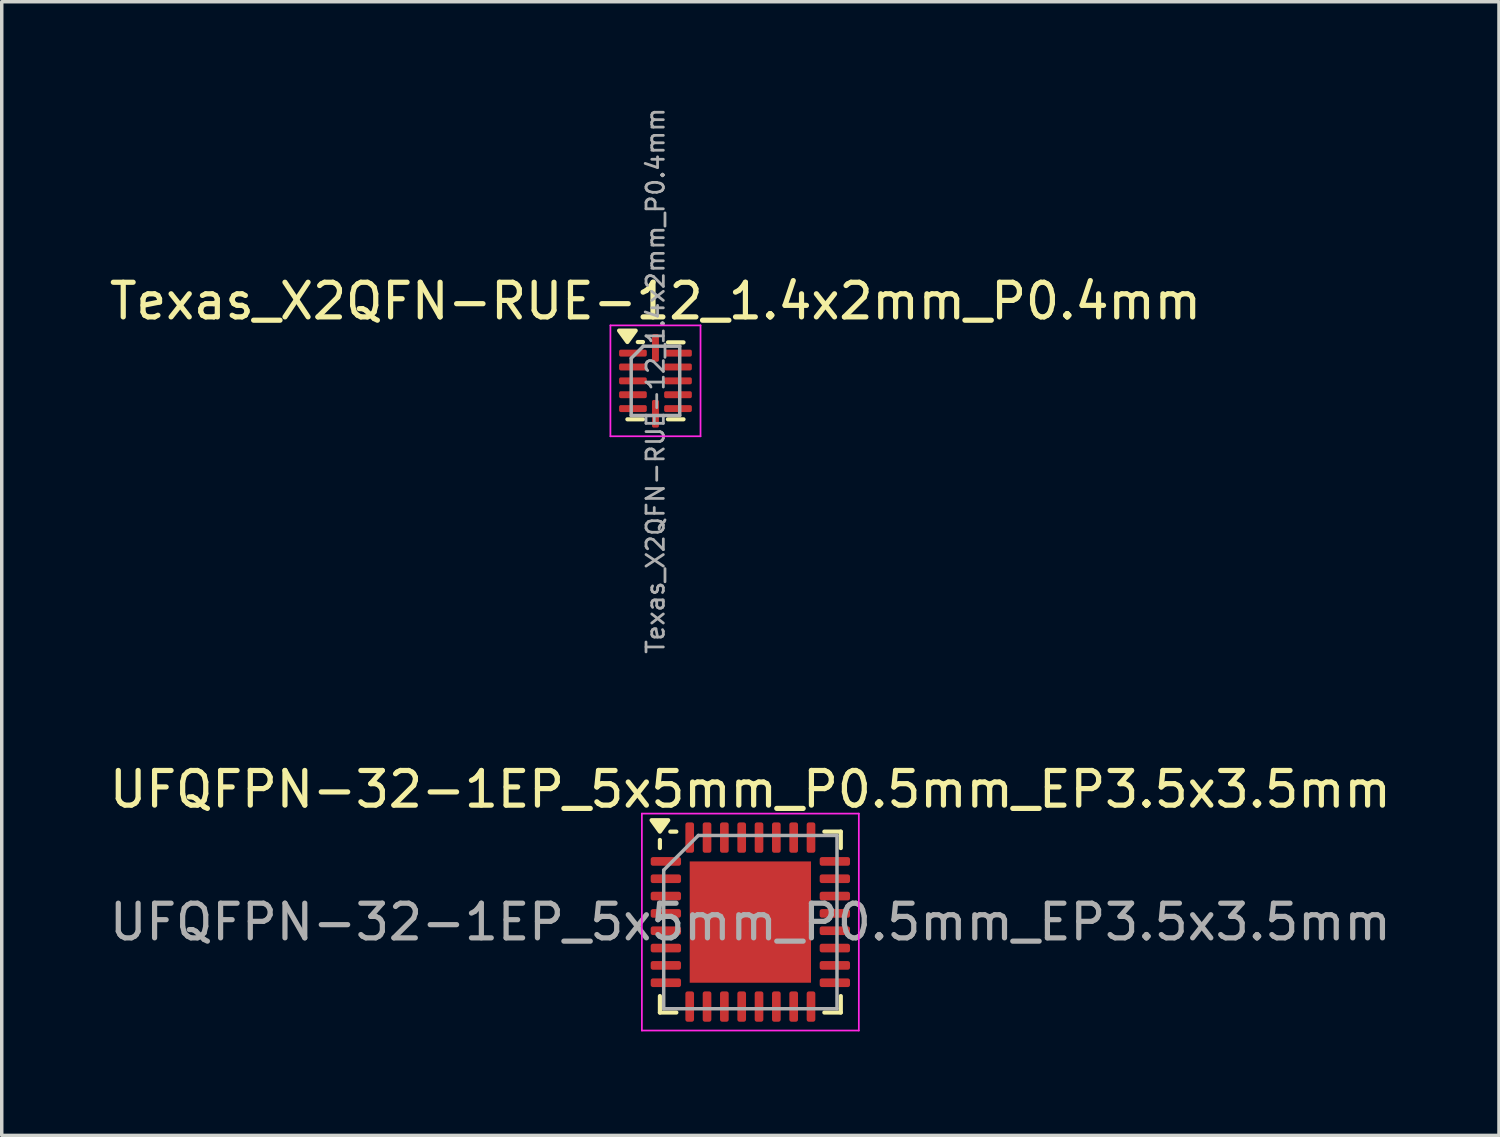
<source format=kicad_pcb>
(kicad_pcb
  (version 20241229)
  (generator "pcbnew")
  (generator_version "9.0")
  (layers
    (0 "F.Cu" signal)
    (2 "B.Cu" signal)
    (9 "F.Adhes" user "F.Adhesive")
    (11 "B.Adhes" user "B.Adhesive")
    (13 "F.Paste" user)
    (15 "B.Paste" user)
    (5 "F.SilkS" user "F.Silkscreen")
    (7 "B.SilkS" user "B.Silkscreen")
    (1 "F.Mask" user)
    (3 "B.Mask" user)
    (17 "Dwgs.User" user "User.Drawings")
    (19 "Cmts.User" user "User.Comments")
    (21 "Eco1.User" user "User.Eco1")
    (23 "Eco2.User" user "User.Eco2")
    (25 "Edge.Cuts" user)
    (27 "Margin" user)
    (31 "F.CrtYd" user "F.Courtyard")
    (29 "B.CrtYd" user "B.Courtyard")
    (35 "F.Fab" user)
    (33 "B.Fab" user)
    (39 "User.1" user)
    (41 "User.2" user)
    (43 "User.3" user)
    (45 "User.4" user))
  (footprint "UFQFPN-32-1EP_5x5mm_P0.5mm_EP3.5x3.5mm"
    (layer "F.Cu")
    (at 18.601 23.556)
    (property "Reference" "UFQFPN-32-1EP_5x5mm_P0.5mm_EP3.5x3.5mm" (at 0 -3.83 0) (layer "F.SilkS") (effects (font (size 1 1) (thickness 0.15))))
    (attr smd)
    (fp_line (start -2.61 -2.135) (end -2.61 -2.37) (stroke (width 0.12) (type solid)) (layer "F.SilkS"))
    (fp_line (start -2.61 2.61) (end -2.61 2.135) (stroke (width 0.12) (type solid)) (layer "F.SilkS"))
    (fp_line (start -2.135 -2.61) (end -2.31 -2.61) (stroke (width 0.12) (type solid)) (layer "F.SilkS"))
    (fp_line (start -2.135 2.61) (end -2.61 2.61) (stroke (width 0.12) (type solid)) (layer "F.SilkS"))
    (fp_line (start 2.135 -2.61) (end 2.61 -2.61) (stroke (width 0.12) (type solid)) (layer "F.SilkS"))
    (fp_line (start 2.135 2.61) (end 2.61 2.61) (stroke (width 0.12) (type solid)) (layer "F.SilkS"))
    (fp_line (start 2.61 -2.61) (end 2.61 -2.135) (stroke (width 0.12) (type solid)) (layer "F.SilkS"))
    (fp_line (start 2.61 2.61) (end 2.61 2.135) (stroke (width 0.12) (type solid)) (layer "F.SilkS"))
    (fp_poly (pts (xy -2.61 -2.61) (xy -2.85 -2.94) (xy -2.37 -2.94) (xy -2.61 -2.61)) (stroke (width 0.12) (type solid)) (fill yes) (layer "F.SilkS"))
    (fp_line (start -3.13 -3.13) (end -3.13 3.13) (stroke (width 0.05) (type solid)) (layer "F.CrtYd"))
    (fp_line (start -3.13 3.13) (end 3.13 3.13) (stroke (width 0.05) (type solid)) (layer "F.CrtYd"))
    (fp_line (start 3.13 -3.13) (end -3.13 -3.13) (stroke (width 0.05) (type solid)) (layer "F.CrtYd"))
    (fp_line (start 3.13 3.13) (end 3.13 -3.13) (stroke (width 0.05) (type solid)) (layer "F.CrtYd"))
    (fp_line (start -2.5 -1.5) (end -1.5 -2.5) (stroke (width 0.1) (type solid)) (layer "F.Fab"))
    (fp_line (start -2.5 2.5) (end -2.5 -1.5) (stroke (width 0.1) (type solid)) (layer "F.Fab"))
    (fp_line (start -1.5 -2.5) (end 2.5 -2.5) (stroke (width 0.1) (type solid)) (layer "F.Fab"))
    (fp_line (start 2.5 -2.5) (end 2.5 2.5) (stroke (width 0.1) (type solid)) (layer "F.Fab"))
    (fp_line (start 2.5 2.5) (end -2.5 2.5) (stroke (width 0.1) (type solid)) (layer "F.Fab"))
    (fp_text user "${REFERENCE}" (at 0 0 0) (layer "F.Fab") (effects (font (size 1 1) (thickness 0.15))))
    (pad "" smd roundrect (at -0.875 -0.875) (size 1.41 1.41) (layers "F.Paste") (roundrect_rratio 0.177))
    (pad "" smd roundrect (at -0.875 0.875) (size 1.41 1.41) (layers "F.Paste") (roundrect_rratio 0.177))
    (pad "" smd roundrect (at 0.875 -0.875) (size 1.41 1.41) (layers "F.Paste") (roundrect_rratio 0.177))
    (pad "" smd roundrect (at 0.875 0.875) (size 1.41 1.41) (layers "F.Paste") (roundrect_rratio 0.177))
    (pad "1" smd roundrect (at -2.438 -1.75) (size 0.875 0.25) (layers "F.Cu" "F.Mask" "F.Paste") (roundrect_rratio 0.25))
    (pad "2" smd roundrect (at -2.438 -1.25) (size 0.875 0.25) (layers "F.Cu" "F.Mask" "F.Paste") (roundrect_rratio 0.25))
    (pad "3" smd roundrect (at -2.438 -0.75) (size 0.875 0.25) (layers "F.Cu" "F.Mask" "F.Paste") (roundrect_rratio 0.25))
    (pad "4" smd roundrect (at -2.438 -0.25) (size 0.875 0.25) (layers "F.Cu" "F.Mask" "F.Paste") (roundrect_rratio 0.25))
    (pad "5" smd roundrect (at -2.438 0.25) (size 0.875 0.25) (layers "F.Cu" "F.Mask" "F.Paste") (roundrect_rratio 0.25))
    (pad "6" smd roundrect (at -2.438 0.75) (size 0.875 0.25) (layers "F.Cu" "F.Mask" "F.Paste") (roundrect_rratio 0.25))
    (pad "7" smd roundrect (at -2.438 1.25) (size 0.875 0.25) (layers "F.Cu" "F.Mask" "F.Paste") (roundrect_rratio 0.25))
    (pad "8" smd roundrect (at -2.438 1.75) (size 0.875 0.25) (layers "F.Cu" "F.Mask" "F.Paste") (roundrect_rratio 0.25))
    (pad "9" smd roundrect (at -1.75 2.438) (size 0.25 0.875) (layers "F.Cu" "F.Mask" "F.Paste") (roundrect_rratio 0.25))
    (pad "10" smd roundrect (at -1.25 2.438) (size 0.25 0.875) (layers "F.Cu" "F.Mask" "F.Paste") (roundrect_rratio 0.25))
    (pad "11" smd roundrect (at -0.75 2.438) (size 0.25 0.875) (layers "F.Cu" "F.Mask" "F.Paste") (roundrect_rratio 0.25))
    (pad "12" smd roundrect (at -0.25 2.438) (size 0.25 0.875) (layers "F.Cu" "F.Mask" "F.Paste") (roundrect_rratio 0.25))
    (pad "13" smd roundrect (at 0.25 2.438) (size 0.25 0.875) (layers "F.Cu" "F.Mask" "F.Paste") (roundrect_rratio 0.25))
    (pad "14" smd roundrect (at 0.75 2.438) (size 0.25 0.875) (layers "F.Cu" "F.Mask" "F.Paste") (roundrect_rratio 0.25))
    (pad "15" smd roundrect (at 1.25 2.438) (size 0.25 0.875) (layers "F.Cu" "F.Mask" "F.Paste") (roundrect_rratio 0.25))
    (pad "16" smd roundrect (at 1.75 2.438) (size 0.25 0.875) (layers "F.Cu" "F.Mask" "F.Paste") (roundrect_rratio 0.25))
    (pad "17" smd roundrect (at 2.438 1.75) (size 0.875 0.25) (layers "F.Cu" "F.Mask" "F.Paste") (roundrect_rratio 0.25))
    (pad "18" smd roundrect (at 2.438 1.25) (size 0.875 0.25) (layers "F.Cu" "F.Mask" "F.Paste") (roundrect_rratio 0.25))
    (pad "19" smd roundrect (at 2.438 0.75) (size 0.875 0.25) (layers "F.Cu" "F.Mask" "F.Paste") (roundrect_rratio 0.25))
    (pad "20" smd roundrect (at 2.438 0.25) (size 0.875 0.25) (layers "F.Cu" "F.Mask" "F.Paste") (roundrect_rratio 0.25))
    (pad "21" smd roundrect (at 2.438 -0.25) (size 0.875 0.25) (layers "F.Cu" "F.Mask" "F.Paste") (roundrect_rratio 0.25))
    (pad "22" smd roundrect (at 2.438 -0.75) (size 0.875 0.25) (layers "F.Cu" "F.Mask" "F.Paste") (roundrect_rratio 0.25))
    (pad "23" smd roundrect (at 2.438 -1.25) (size 0.875 0.25) (layers "F.Cu" "F.Mask" "F.Paste") (roundrect_rratio 0.25))
    (pad "24" smd roundrect (at 2.438 -1.75) (size 0.875 0.25) (layers "F.Cu" "F.Mask" "F.Paste") (roundrect_rratio 0.25))
    (pad "25" smd roundrect (at 1.75 -2.438) (size 0.25 0.875) (layers "F.Cu" "F.Mask" "F.Paste") (roundrect_rratio 0.25))
    (pad "26" smd roundrect (at 1.25 -2.438) (size 0.25 0.875) (layers "F.Cu" "F.Mask" "F.Paste") (roundrect_rratio 0.25))
    (pad "27" smd roundrect (at 0.75 -2.438) (size 0.25 0.875) (layers "F.Cu" "F.Mask" "F.Paste") (roundrect_rratio 0.25))
    (pad "28" smd roundrect (at 0.25 -2.438) (size 0.25 0.875) (layers "F.Cu" "F.Mask" "F.Paste") (roundrect_rratio 0.25))
    (pad "29" smd roundrect (at -0.25 -2.438) (size 0.25 0.875) (layers "F.Cu" "F.Mask" "F.Paste") (roundrect_rratio 0.25))
    (pad "30" smd roundrect (at -0.75 -2.438) (size 0.25 0.875) (layers "F.Cu" "F.Mask" "F.Paste") (roundrect_rratio 0.25))
    (pad "31" smd roundrect (at -1.25 -2.438) (size 0.25 0.875) (layers "F.Cu" "F.Mask" "F.Paste") (roundrect_rratio 0.25))
    (pad "32" smd roundrect (at -1.75 -2.438) (size 0.25 0.875) (layers "F.Cu" "F.Mask" "F.Paste") (roundrect_rratio 0.25))
    (pad "33" smd rect (at 0 0) (size 3.5 3.5) (property pad_prop_heatsink) (layers "F.Cu" "F.Mask")))
  (footprint "Texas_X2QFN-RUE-12_1.4x2mm_P0.4mm"
    (layer "F.Cu")
    (at 15.863 7.939)
    (property "Reference" "Texas_X2QFN-RUE-12_1.4x2mm_P0.4mm" (at 0 -2.3 0) (layer "F.SilkS") (effects (font (size 1 1) (thickness 0.15))))
    (attr smd)
    (fp_line (start -0.36 -1.12) (end -0.51 -1.12) (stroke (width 0.12) (type solid)) (layer "F.SilkS"))
    (fp_line (start -0.36 1.11) (end -0.81 1.11) (stroke (width 0.12) (type solid)) (layer "F.SilkS"))
    (fp_line (start 0.36 -1.11) (end 0.81 -1.11) (stroke (width 0.12) (type solid)) (layer "F.SilkS"))
    (fp_line (start 0.36 1.11) (end 0.81 1.11) (stroke (width 0.12) (type solid)) (layer "F.SilkS"))
    (fp_poly (pts (xy -0.81 -1.12) (xy -1.05 -1.45) (xy -0.57 -1.45) (xy -0.81 -1.12)) (stroke (width 0.12) (type solid)) (fill yes) (layer "F.SilkS"))
    (fp_line (start -1.3 -1.6) (end -1.3 1.6) (stroke (width 0.05) (type solid)) (layer "F.CrtYd"))
    (fp_line (start -1.3 1.6) (end 1.3 1.6) (stroke (width 0.05) (type solid)) (layer "F.CrtYd"))
    (fp_line (start 1.3 -1.6) (end -1.3 -1.6) (stroke (width 0.05) (type solid)) (layer "F.CrtYd"))
    (fp_line (start 1.3 1.6) (end 1.3 -1.6) (stroke (width 0.05) (type solid)) (layer "F.CrtYd"))
    (fp_line (start -0.7 -0.65) (end -0.35 -1) (stroke (width 0.1) (type solid)) (layer "F.Fab"))
    (fp_line (start -0.7 1) (end -0.7 -0.65) (stroke (width 0.1) (type solid)) (layer "F.Fab"))
    (fp_line (start -0.35 -1) (end 0.7 -1) (stroke (width 0.1) (type solid)) (layer "F.Fab"))
    (fp_line (start 0.7 -1) (end 0.7 1) (stroke (width 0.1) (type solid)) (layer "F.Fab"))
    (fp_line (start 0.7 1) (end -0.7 1) (stroke (width 0.1) (type solid)) (layer "F.Fab"))
    (fp_text user "${REFERENCE}" (at 0 0 90) (layer "F.Fab") (effects (font (size 0.5 0.5) (thickness 0.08))))
    (pad "1" smd roundrect (at -0.65 -0.8) (size 0.8 0.2) (layers "F.Cu" "F.Mask" "F.Paste") (roundrect_rratio 0.25))
    (pad "2" smd roundrect (at -0.65 -0.4) (size 0.8 0.2) (layers "F.Cu" "F.Mask" "F.Paste") (roundrect_rratio 0.25))
    (pad "3" smd roundrect (at -0.65 0) (size 0.8 0.2) (layers "F.Cu" "F.Mask" "F.Paste") (roundrect_rratio 0.25))
    (pad "4" smd roundrect (at -0.65 0.4) (size 0.8 0.2) (layers "F.Cu" "F.Mask" "F.Paste") (roundrect_rratio 0.25))
    (pad "5" smd roundrect (at -0.65 0.8) (size 0.8 0.2) (layers "F.Cu" "F.Mask" "F.Paste") (roundrect_rratio 0.25))
    (pad "6" smd roundrect (at 0 0.95) (size 0.2 0.8) (layers "F.Cu" "F.Mask" "F.Paste") (roundrect_rratio 0.25))
    (pad "7" smd roundrect (at 0.65 0.8) (size 0.8 0.2) (layers "F.Cu" "F.Mask" "F.Paste") (roundrect_rratio 0.25))
    (pad "8" smd roundrect (at 0.65 0.4) (size 0.8 0.2) (layers "F.Cu" "F.Mask" "F.Paste") (roundrect_rratio 0.25))
    (pad "9" smd roundrect (at 0.65 0) (size 0.8 0.2) (layers "F.Cu" "F.Mask" "F.Paste") (roundrect_rratio 0.25))
    (pad "10" smd roundrect (at 0.65 -0.4) (size 0.8 0.2) (layers "F.Cu" "F.Mask" "F.Paste") (roundrect_rratio 0.25))
    (pad "11" smd roundrect (at 0.65 -0.8) (size 0.8 0.2) (layers "F.Cu" "F.Mask" "F.Paste") (roundrect_rratio 0.25))
    (pad "12" smd roundrect (at 0 -0.95) (size 0.2 0.8) (layers "F.Cu" "F.Mask" "F.Paste") (roundrect_rratio 0.25)))
  (gr_rect
    (start -3 -3)
    (end 40.202 29.711)
    (stroke (width 0.1) (type default))
    (fill no)
    (layer "Edge.Cuts")))
</source>
